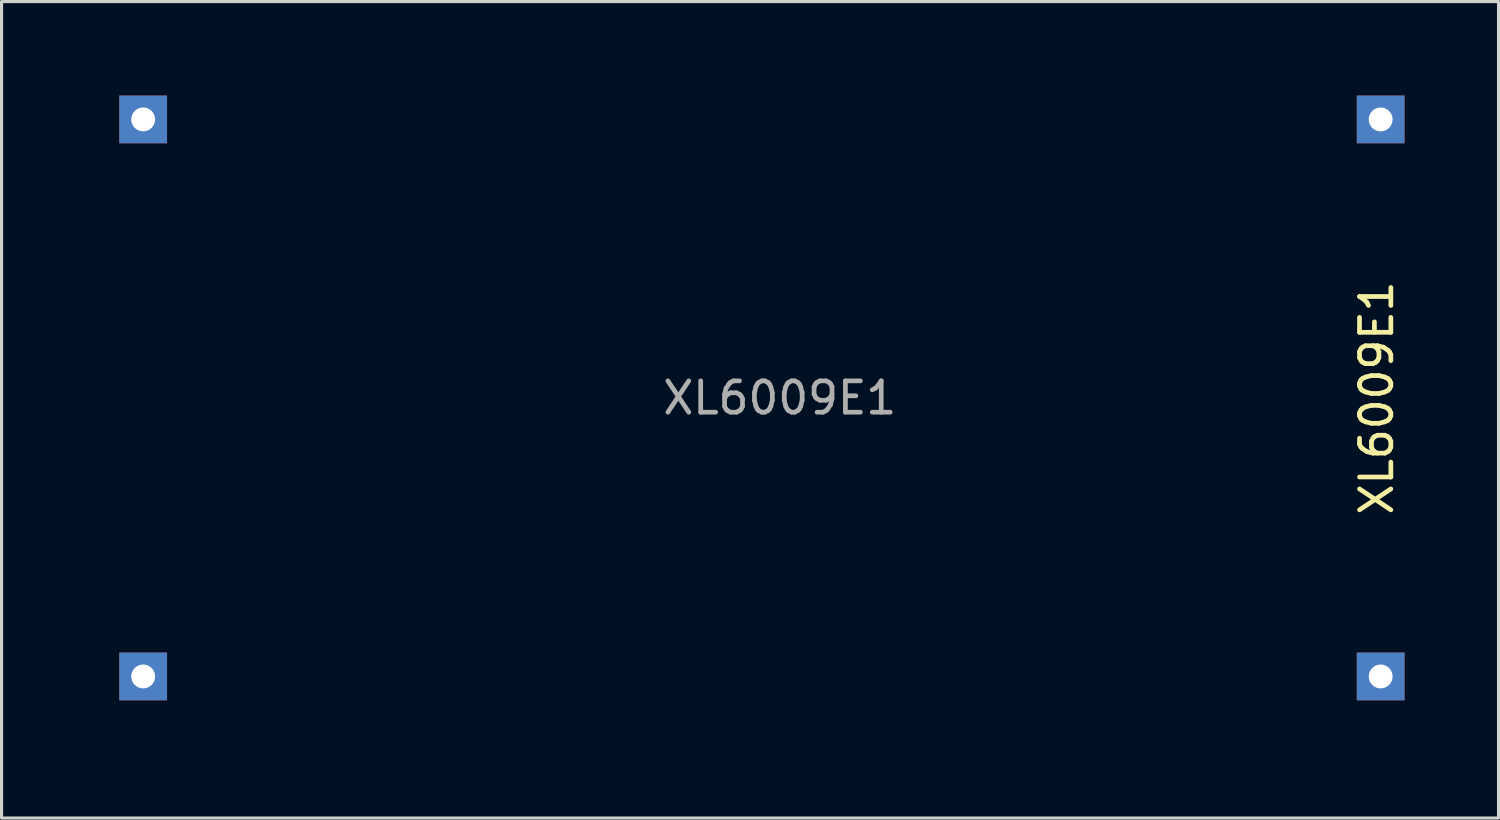
<source format=kicad_pcb>
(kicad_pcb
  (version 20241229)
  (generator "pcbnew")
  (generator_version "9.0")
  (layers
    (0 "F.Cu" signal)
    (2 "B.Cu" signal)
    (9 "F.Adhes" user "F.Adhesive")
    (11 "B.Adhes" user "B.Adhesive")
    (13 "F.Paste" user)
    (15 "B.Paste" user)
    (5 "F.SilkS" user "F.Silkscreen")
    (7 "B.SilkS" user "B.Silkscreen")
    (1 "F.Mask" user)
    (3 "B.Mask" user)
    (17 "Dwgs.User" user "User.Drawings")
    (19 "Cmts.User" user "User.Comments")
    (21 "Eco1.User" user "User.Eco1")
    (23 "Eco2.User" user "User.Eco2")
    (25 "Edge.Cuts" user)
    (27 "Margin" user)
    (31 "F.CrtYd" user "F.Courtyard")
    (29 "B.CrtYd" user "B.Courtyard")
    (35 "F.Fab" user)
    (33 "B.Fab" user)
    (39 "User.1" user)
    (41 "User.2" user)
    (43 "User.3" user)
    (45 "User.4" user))
  (footprint "XL6009E1"
    (layer "F.Cu")
    (at 0.25 19.812)
    (property "Reference" "XL6009E1" (at 40.64 -10.16 90) (unlocked yes) (layer "F.SilkS") (effects (font (size 1 1) (thickness 0.15))))
    (attr through_hole)
    (fp_text user "${REFERENCE}" (at 21.59 -10.16 0) (unlocked yes) (layer "F.Fab") (effects (font (size 1 1) (thickness 0.15))))
    (pad "1" thru_hole rect (at 1.27 -19.05) (size 1.524 1.524) (drill 0.762) (layers "*.Cu" "*.Mask"))
    (pad "2" thru_hole rect (at 1.27 -1.27) (size 1.524 1.524) (drill 0.762) (layers "*.Cu" "*.Mask"))
    (pad "3" thru_hole rect (at 40.77 -19.05) (size 1.524 1.524) (drill 0.762) (layers "*.Cu" "*.Mask"))
    (pad "4" thru_hole rect (at 40.77 -1.27) (size 1.524 1.524) (drill 0.762) (layers "*.Cu" "*.Mask")))
  (gr_rect
    (start -3 -3)
    (end 44.782 23.062)
    (stroke (width 0.1) (type default))
    (fill no)
    (layer "Edge.Cuts")))
</source>
